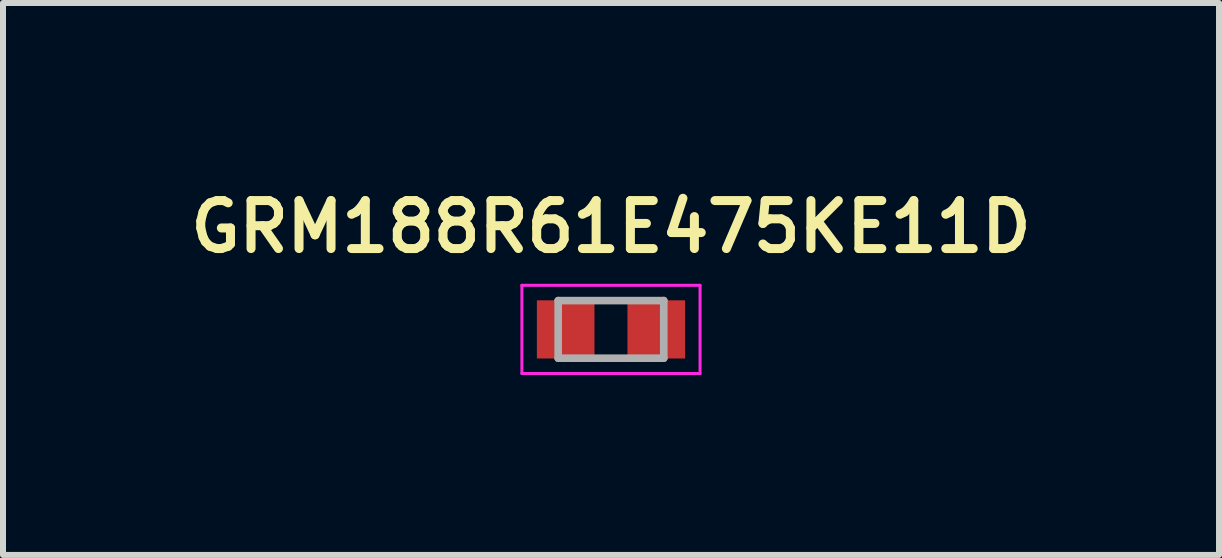
<source format=kicad_pcb>
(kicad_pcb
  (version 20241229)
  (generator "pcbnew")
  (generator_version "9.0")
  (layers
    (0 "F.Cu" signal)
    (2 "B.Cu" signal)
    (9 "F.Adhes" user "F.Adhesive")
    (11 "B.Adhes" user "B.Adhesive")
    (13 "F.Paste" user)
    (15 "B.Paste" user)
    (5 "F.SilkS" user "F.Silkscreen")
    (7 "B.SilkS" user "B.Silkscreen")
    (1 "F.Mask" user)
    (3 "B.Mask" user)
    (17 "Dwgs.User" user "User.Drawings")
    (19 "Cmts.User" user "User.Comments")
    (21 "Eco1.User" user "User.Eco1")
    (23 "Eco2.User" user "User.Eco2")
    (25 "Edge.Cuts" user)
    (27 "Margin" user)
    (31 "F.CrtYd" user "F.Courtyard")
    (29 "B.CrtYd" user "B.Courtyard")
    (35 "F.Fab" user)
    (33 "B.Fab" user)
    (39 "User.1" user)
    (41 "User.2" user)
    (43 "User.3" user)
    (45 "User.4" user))
  (footprint "GRM188R61E475KE11D"
    (layer "F.Cu")
    (at 7.135 2.441)
    (property "Reference" "GRM188R61E475KE11D" (at 0 -1.71 0) (layer "F.SilkS") (effects (font (size 0.8 0.8) (thickness 0.15))))
    (attr through_hole)
    (fp_line (start -1.485 -0.735) (end 1.485 -0.735) (stroke (width 0.05) (type solid)) (layer "F.CrtYd"))
    (fp_line (start -1.485 0.735) (end -1.485 -0.735) (stroke (width 0.05) (type solid)) (layer "F.CrtYd"))
    (fp_line (start -1.485 0.735) (end 1.485 0.735) (stroke (width 0.05) (type solid)) (layer "F.CrtYd"))
    (fp_line (start 1.485 0.735) (end 1.485 -0.735) (stroke (width 0.05) (type solid)) (layer "F.CrtYd"))
    (fp_line (start -0.88 0.48) (end -0.88 -0.48) (stroke (width 0.127) (type solid)) (layer "F.Fab"))
    (fp_line (start 0.88 -0.48) (end -0.88 -0.48) (stroke (width 0.127) (type solid)) (layer "F.Fab"))
    (fp_line (start 0.88 0.48) (end -0.88 0.48) (stroke (width 0.127) (type solid)) (layer "F.Fab"))
    (fp_line (start 0.88 0.48) (end 0.88 -0.48) (stroke (width 0.127) (type solid)) (layer "F.Fab"))
    (pad "1" smd rect (at -0.755 0) (size 0.96 0.97) (layers "F.Cu" "F.Mask" "F.Paste"))
    (pad "2" smd rect (at 0.755 0) (size 0.96 0.97) (layers "F.Cu" "F.Mask" "F.Paste")))
  (gr_rect
    (start -3 -3)
    (end 17.271 6.201)
    (stroke (width 0.1) (type default))
    (fill no)
    (layer "Edge.Cuts")))
</source>
